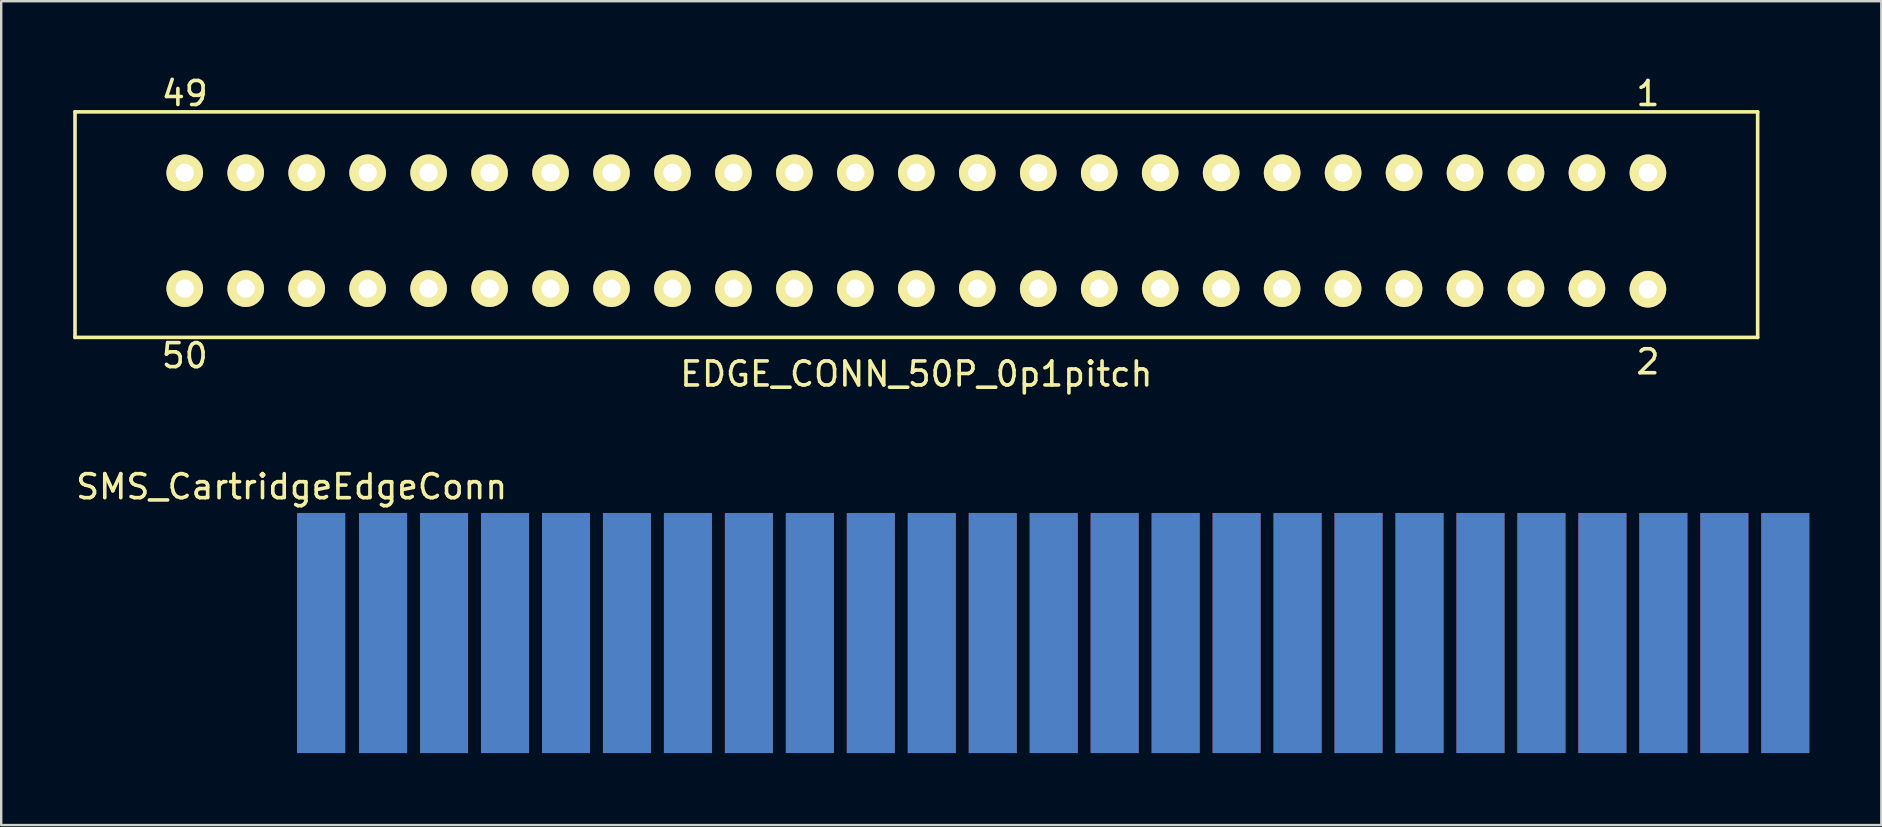
<source format=kicad_pcb>
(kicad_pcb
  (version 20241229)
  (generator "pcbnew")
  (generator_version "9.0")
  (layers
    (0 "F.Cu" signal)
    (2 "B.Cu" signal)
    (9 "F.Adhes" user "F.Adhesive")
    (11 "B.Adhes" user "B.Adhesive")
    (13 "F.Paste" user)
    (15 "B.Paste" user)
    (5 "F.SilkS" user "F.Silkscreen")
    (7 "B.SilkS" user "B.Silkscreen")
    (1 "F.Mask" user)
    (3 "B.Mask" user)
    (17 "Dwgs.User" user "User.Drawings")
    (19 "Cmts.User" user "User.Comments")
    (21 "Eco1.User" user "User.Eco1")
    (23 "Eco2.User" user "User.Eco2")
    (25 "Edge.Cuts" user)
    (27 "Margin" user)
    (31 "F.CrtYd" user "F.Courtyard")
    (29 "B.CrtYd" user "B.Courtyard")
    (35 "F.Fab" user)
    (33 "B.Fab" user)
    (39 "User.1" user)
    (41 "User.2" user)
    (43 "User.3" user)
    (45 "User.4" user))
  (footprint "SMS_CartridgeEdgeConn"
    (layer "F.Cu")
    (at 71.331 23.325)
    (property "Reference" "SMS_CartridgeEdgeConn" (at -62.23 -6.096 0) (layer "F.SilkS") (effects (font (size 1 1) (thickness 0.15))))
    (attr through_hole)
    (pad "1" connect rect (at 0 0) (size 2 10) (layers "B.Cu" "B.Mask"))
    (pad "2" connect rect (at 0 0) (size 2 10) (layers "F.Cu" "F.Mask"))
    (pad "3" connect rect (at -2.54 0) (size 2 10) (layers "B.Cu" "B.Mask"))
    (pad "4" connect rect (at -2.54 0) (size 2 10) (layers "F.Cu" "F.Mask"))
    (pad "5" connect rect (at -5.08 0) (size 2 10) (layers "B.Cu" "B.Mask"))
    (pad "6" connect rect (at -5.08 0) (size 2 10) (layers "F.Cu" "F.Mask"))
    (pad "7" connect rect (at -7.62 0) (size 2 10) (layers "B.Cu" "B.Mask"))
    (pad "8" connect rect (at -7.62 0) (size 2 10) (layers "F.Cu" "F.Mask"))
    (pad "9" connect rect (at -10.16 0) (size 2 10) (layers "B.Cu" "B.Mask"))
    (pad "10" connect rect (at -10.16 0) (size 2 10) (layers "F.Cu" "F.Mask"))
    (pad "11" connect rect (at -12.7 0) (size 2 10) (layers "B.Cu" "B.Mask"))
    (pad "12" connect rect (at -12.7 0) (size 2 10) (layers "F.Cu" "F.Mask"))
    (pad "13" connect rect (at -15.24 0) (size 2 10) (layers "B.Cu" "B.Mask"))
    (pad "14" connect rect (at -15.24 0) (size 2 10) (layers "F.Cu" "F.Mask"))
    (pad "15" connect rect (at -17.78 0) (size 2 10) (layers "B.Cu" "B.Mask"))
    (pad "16" connect rect (at -17.78 0) (size 2 10) (layers "F.Cu" "F.Mask"))
    (pad "17" connect rect (at -20.32 0) (size 2 10) (layers "B.Cu" "B.Mask"))
    (pad "18" connect rect (at -20.32 0) (size 2 10) (layers "F.Cu" "F.Mask"))
    (pad "19" connect rect (at -22.86 0) (size 2 10) (layers "B.Cu" "B.Mask"))
    (pad "20" connect rect (at -22.86 0) (size 2 10) (layers "F.Cu" "F.Mask"))
    (pad "21" connect rect (at -25.4 0) (size 2 10) (layers "B.Cu" "B.Mask"))
    (pad "22" connect rect (at -25.4 0) (size 2 10) (layers "F.Cu" "F.Mask"))
    (pad "23" connect rect (at -27.94 0) (size 2 10) (layers "B.Cu" "B.Mask"))
    (pad "24" connect rect (at -27.94 0) (size 2 10) (layers "F.Cu" "F.Mask"))
    (pad "25" connect rect (at -30.48 0) (size 2 10) (layers "B.Cu" "B.Mask"))
    (pad "26" connect rect (at -30.48 0) (size 2 10) (layers "F.Cu" "F.Mask"))
    (pad "27" connect rect (at -33.02 0) (size 2 10) (layers "B.Cu" "B.Mask"))
    (pad "28" connect rect (at -33.02 0) (size 2 10) (layers "F.Cu" "F.Mask"))
    (pad "29" connect rect (at -35.56 0) (size 2 10) (layers "B.Cu" "B.Mask"))
    (pad "30" connect rect (at -35.56 0) (size 2 10) (layers "F.Cu" "F.Mask"))
    (pad "31" connect rect (at -38.1 0) (size 2 10) (layers "B.Cu" "B.Mask"))
    (pad "32" connect rect (at -38.1 0) (size 2 10) (layers "F.Cu" "F.Mask"))
    (pad "33" connect rect (at -40.64 0) (size 2 10) (layers "B.Cu" "B.Mask"))
    (pad "34" connect rect (at -40.64 0) (size 2 10) (layers "F.Cu" "F.Mask"))
    (pad "35" connect rect (at -43.18 0) (size 2 10) (layers "B.Cu" "B.Mask"))
    (pad "36" connect rect (at -43.18 0) (size 2 10) (layers "F.Cu" "F.Mask"))
    (pad "37" connect rect (at -45.72 0) (size 2 10) (layers "B.Cu" "B.Mask"))
    (pad "38" connect rect (at -45.72 0) (size 2 10) (layers "F.Cu" "F.Mask"))
    (pad "39" connect rect (at -48.26 0) (size 2 10) (layers "B.Cu" "B.Mask"))
    (pad "40" connect rect (at -48.26 0) (size 2 10) (layers "F.Cu" "F.Mask"))
    (pad "41" connect rect (at -50.8 0) (size 2 10) (layers "B.Cu" "B.Mask"))
    (pad "42" connect rect (at -50.8 0) (size 2 10) (layers "F.Cu" "F.Mask"))
    (pad "43" connect rect (at -53.34 0) (size 2 10) (layers "B.Cu" "B.Mask"))
    (pad "44" connect rect (at -53.34 0) (size 2 10) (layers "F.Cu" "F.Mask"))
    (pad "45" connect rect (at -55.88 0) (size 2 10) (layers "B.Cu" "B.Mask"))
    (pad "46" connect rect (at -55.88 0) (size 2 10) (layers "F.Cu" "F.Mask"))
    (pad "47" connect rect (at -58.42 0) (size 2 10) (layers "B.Cu" "B.Mask"))
    (pad "48" connect rect (at -58.42 0) (size 2 10) (layers "F.Cu" "F.Mask"))
    (pad "49" connect rect (at -61 0) (size 2 10) (layers "B.Cu" "B.Mask"))
    (pad "50" connect rect (at -61 0) (size 2 10) (layers "F.Cu" "F.Mask")))
  (footprint "EDGE_CONN_50P_0p1pitch"
    (layer "F.Cu")
    (at 35.127 6.436)
    (property "Reference" "EDGE_CONN_50P_0p1pitch" (at 0 6.096 0) (layer "F.SilkS") (effects (font (size 1 1) (thickness 0.15))))
    (attr through_hole)
    (fp_line (start -35.052 -4.826) (end 35.052 -4.826) (stroke (width 0.15) (type solid)) (layer "F.SilkS"))
    (fp_line (start -35.052 4.572) (end -35.052 -4.826) (stroke (width 0.15) (type solid)) (layer "F.SilkS"))
    (fp_line (start 35.052 -4.826) (end 35.052 4.572) (stroke (width 0.15) (type solid)) (layer "F.SilkS"))
    (fp_line (start 35.052 4.572) (end -35.052 4.572) (stroke (width 0.15) (type solid)) (layer "F.SilkS"))
    (fp_text user "1" (at 30.48 -5.588 0) (layer "F.SilkS") (effects (font (size 1 1) (thickness 0.15))))
    (fp_text user "50" (at -30.48 5.334 0) (layer "F.SilkS") (effects (font (size 1 1) (thickness 0.15))))
    (fp_text user "2" (at 30.48 5.588 0) (layer "F.SilkS") (effects (font (size 1 1) (thickness 0.15))))
    (fp_text user "49" (at -30.48 -5.588 0) (layer "F.SilkS") (effects (font (size 1 1) (thickness 0.15))))
    (pad "1" thru_hole circle (at 30.48 -2.286) (size 1.524 1.524) (drill 0.762) (layers "*.Cu" "*.Mask" "F.SilkS"))
    (pad "2" thru_hole circle (at 30.48 2.565) (size 1.524 1.524) (drill 0.762) (layers "*.Cu" "*.Mask" "F.SilkS"))
    (pad "3" thru_hole circle (at 27.94 -2.286) (size 1.524 1.524) (drill 0.762) (layers "*.Cu" "*.Mask" "F.SilkS"))
    (pad "4" thru_hole circle (at 27.94 2.54) (size 1.524 1.524) (drill 0.762) (layers "*.Cu" "*.Mask" "F.SilkS"))
    (pad "5" thru_hole circle (at 25.4 -2.286) (size 1.524 1.524) (drill 0.762) (layers "*.Cu" "*.Mask" "F.SilkS"))
    (pad "6" thru_hole circle (at 25.4 2.54) (size 1.524 1.524) (drill 0.762) (layers "*.Cu" "*.Mask" "F.SilkS"))
    (pad "7" thru_hole circle (at 22.86 -2.286) (size 1.524 1.524) (drill 0.762) (layers "*.Cu" "*.Mask" "F.SilkS"))
    (pad "8" thru_hole circle (at 22.86 2.54) (size 1.524 1.524) (drill 0.762) (layers "*.Cu" "*.Mask" "F.SilkS"))
    (pad "9" thru_hole circle (at 20.32 -2.286) (size 1.524 1.524) (drill 0.762) (layers "*.Cu" "*.Mask" "F.SilkS"))
    (pad "10" thru_hole circle (at 20.32 2.54) (size 1.524 1.524) (drill 0.762) (layers "*.Cu" "*.Mask" "F.SilkS"))
    (pad "11" thru_hole circle (at 17.78 -2.286) (size 1.524 1.524) (drill 0.762) (layers "*.Cu" "*.Mask" "F.SilkS"))
    (pad "12" thru_hole circle (at 17.78 2.54) (size 1.524 1.524) (drill 0.762) (layers "*.Cu" "*.Mask" "F.SilkS"))
    (pad "13" thru_hole circle (at 15.24 -2.286) (size 1.524 1.524) (drill 0.762) (layers "*.Cu" "*.Mask" "F.SilkS"))
    (pad "14" thru_hole circle (at 15.24 2.54) (size 1.524 1.524) (drill 0.762) (layers "*.Cu" "*.Mask" "F.SilkS"))
    (pad "15" thru_hole circle (at 12.7 -2.286) (size 1.524 1.524) (drill 0.762) (layers "*.Cu" "*.Mask" "F.SilkS"))
    (pad "16" thru_hole circle (at 12.7 2.54) (size 1.524 1.524) (drill 0.762) (layers "*.Cu" "*.Mask" "F.SilkS"))
    (pad "17" thru_hole circle (at 10.16 -2.286) (size 1.524 1.524) (drill 0.762) (layers "*.Cu" "*.Mask" "F.SilkS"))
    (pad "18" thru_hole circle (at 10.16 2.54) (size 1.524 1.524) (drill 0.762) (layers "*.Cu" "*.Mask" "F.SilkS"))
    (pad "19" thru_hole circle (at 7.62 -2.286) (size 1.524 1.524) (drill 0.762) (layers "*.Cu" "*.Mask" "F.SilkS"))
    (pad "20" thru_hole circle (at 7.62 2.54) (size 1.524 1.524) (drill 0.762) (layers "*.Cu" "*.Mask" "F.SilkS"))
    (pad "21" thru_hole circle (at 5.08 -2.286) (size 1.524 1.524) (drill 0.762) (layers "*.Cu" "*.Mask" "F.SilkS"))
    (pad "22" thru_hole circle (at 5.08 2.54) (size 1.524 1.524) (drill 0.762) (layers "*.Cu" "*.Mask" "F.SilkS"))
    (pad "23" thru_hole circle (at 2.54 -2.286) (size 1.524 1.524) (drill 0.762) (layers "*.Cu" "*.Mask" "F.SilkS"))
    (pad "24" thru_hole circle (at 2.54 2.54) (size 1.524 1.524) (drill 0.762) (layers "*.Cu" "*.Mask" "F.SilkS"))
    (pad "25" thru_hole circle (at 0 -2.286) (size 1.524 1.524) (drill 0.762) (layers "*.Cu" "*.Mask" "F.SilkS"))
    (pad "26" thru_hole circle (at 0 2.54) (size 1.524 1.524) (drill 0.762) (layers "*.Cu" "*.Mask" "F.SilkS"))
    (pad "27" thru_hole circle (at -2.54 -2.286) (size 1.524 1.524) (drill 0.762) (layers "*.Cu" "*.Mask" "F.SilkS"))
    (pad "28" thru_hole circle (at -2.54 2.54) (size 1.524 1.524) (drill 0.762) (layers "*.Cu" "*.Mask" "F.SilkS"))
    (pad "29" thru_hole circle (at -5.08 -2.286) (size 1.524 1.524) (drill 0.762) (layers "*.Cu" "*.Mask" "F.SilkS"))
    (pad "30" thru_hole circle (at -5.08 2.54) (size 1.524 1.524) (drill 0.762) (layers "*.Cu" "*.Mask" "F.SilkS"))
    (pad "31" thru_hole circle (at -7.62 -2.286) (size 1.524 1.524) (drill 0.762) (layers "*.Cu" "*.Mask" "F.SilkS"))
    (pad "32" thru_hole circle (at -7.62 2.54) (size 1.524 1.524) (drill 0.762) (layers "*.Cu" "*.Mask" "F.SilkS"))
    (pad "33" thru_hole circle (at -10.16 -2.286) (size 1.524 1.524) (drill 0.762) (layers "*.Cu" "*.Mask" "F.SilkS"))
    (pad "34" thru_hole circle (at -10.16 2.54) (size 1.524 1.524) (drill 0.762) (layers "*.Cu" "*.Mask" "F.SilkS"))
    (pad "35" thru_hole circle (at -12.7 -2.286) (size 1.524 1.524) (drill 0.762) (layers "*.Cu" "*.Mask" "F.SilkS"))
    (pad "36" thru_hole circle (at -12.7 2.54) (size 1.524 1.524) (drill 0.762) (layers "*.Cu" "*.Mask" "F.SilkS"))
    (pad "37" thru_hole circle (at -15.24 -2.286) (size 1.524 1.524) (drill 0.762) (layers "*.Cu" "*.Mask" "F.SilkS"))
    (pad "38" thru_hole circle (at -15.24 2.54) (size 1.524 1.524) (drill 0.762) (layers "*.Cu" "*.Mask" "F.SilkS"))
    (pad "39" thru_hole circle (at -17.78 -2.286) (size 1.524 1.524) (drill 0.762) (layers "*.Cu" "*.Mask" "F.SilkS"))
    (pad "40" thru_hole circle (at -17.78 2.54) (size 1.524 1.524) (drill 0.762) (layers "*.Cu" "*.Mask" "F.SilkS"))
    (pad "41" thru_hole circle (at -20.32 -2.286) (size 1.524 1.524) (drill 0.762) (layers "*.Cu" "*.Mask" "F.SilkS"))
    (pad "42" thru_hole circle (at -20.32 2.54) (size 1.524 1.524) (drill 0.762) (layers "*.Cu" "*.Mask" "F.SilkS"))
    (pad "43" thru_hole circle (at -22.86 -2.286) (size 1.524 1.524) (drill 0.762) (layers "*.Cu" "*.Mask" "F.SilkS"))
    (pad "44" thru_hole circle (at -22.86 2.54) (size 1.524 1.524) (drill 0.762) (layers "*.Cu" "*.Mask" "F.SilkS"))
    (pad "45" thru_hole circle (at -25.4 -2.286) (size 1.524 1.524) (drill 0.762) (layers "*.Cu" "*.Mask" "F.SilkS"))
    (pad "46" thru_hole circle (at -25.4 2.54) (size 1.524 1.524) (drill 0.762) (layers "*.Cu" "*.Mask" "F.SilkS"))
    (pad "47" thru_hole circle (at -27.94 -2.286) (size 1.524 1.524) (drill 0.762) (layers "*.Cu" "*.Mask" "F.SilkS"))
    (pad "48" thru_hole circle (at -27.94 2.54) (size 1.524 1.524) (drill 0.762) (layers "*.Cu" "*.Mask" "F.SilkS"))
    (pad "49" thru_hole circle (at -30.48 -2.286) (size 1.524 1.524) (drill 0.762) (layers "*.Cu" "*.Mask" "F.SilkS"))
    (pad "50" thru_hole circle (at -30.48 2.54) (size 1.524 1.524) (drill 0.762) (layers "*.Cu" "*.Mask" "F.SilkS")))
  (gr_rect
    (start -3 -3)
    (end 75.331 31.325)
    (stroke (width 0.1) (type default))
    (fill no)
    (layer "Edge.Cuts")))
</source>
